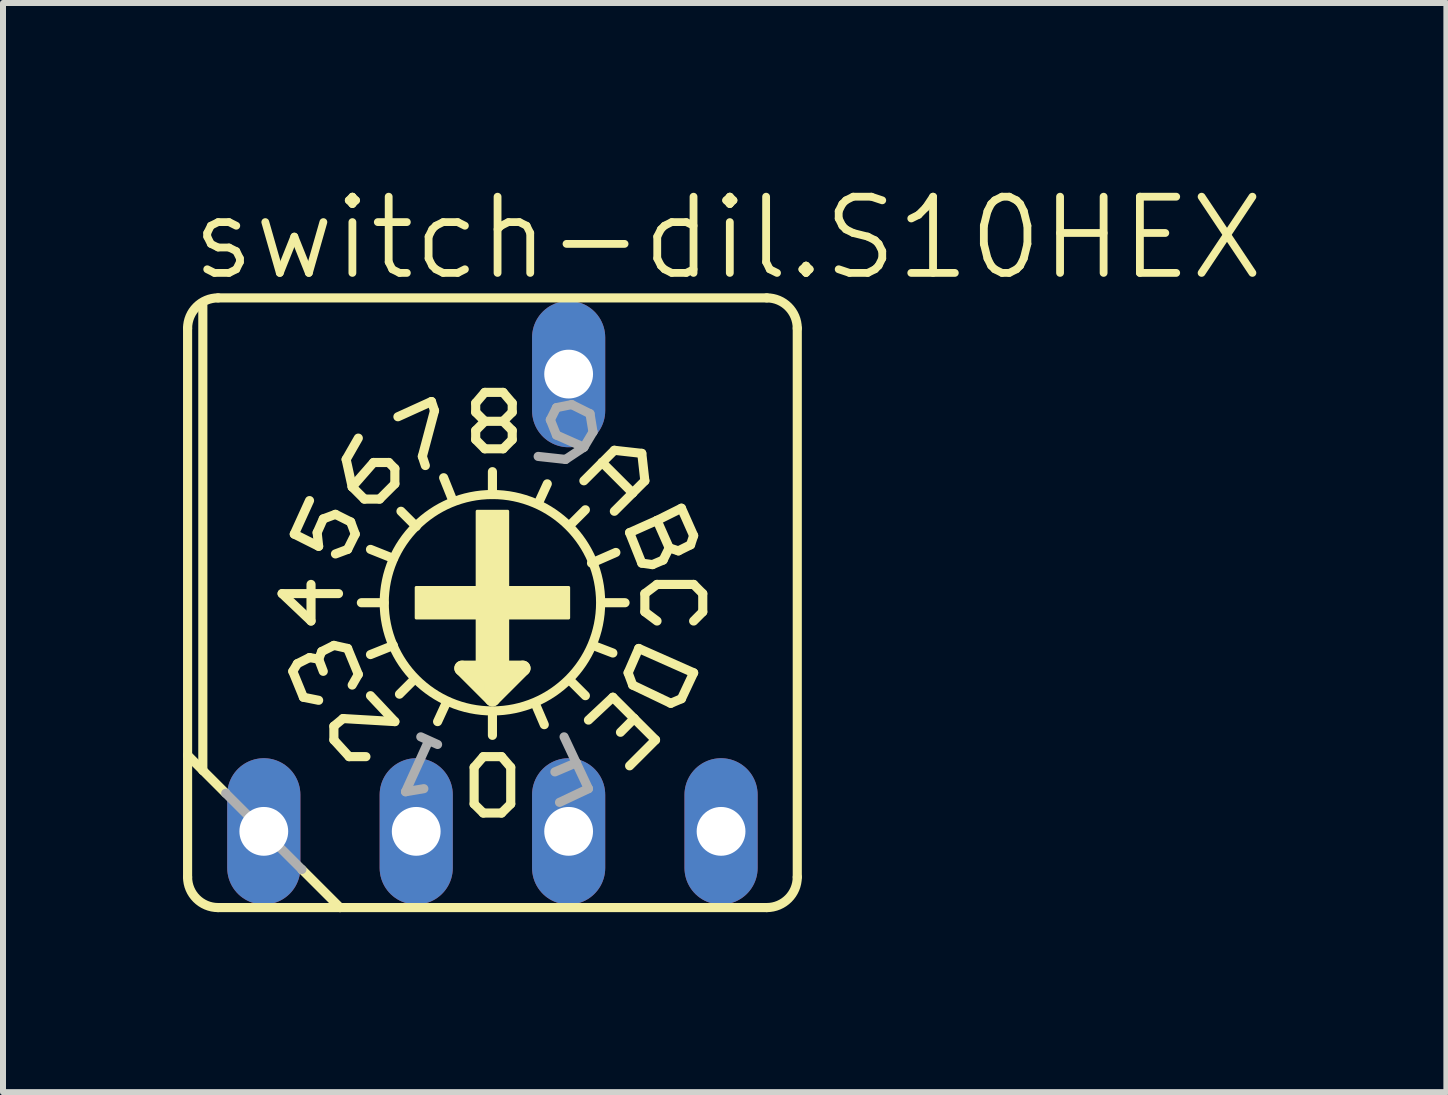
<source format=kicad_pcb>
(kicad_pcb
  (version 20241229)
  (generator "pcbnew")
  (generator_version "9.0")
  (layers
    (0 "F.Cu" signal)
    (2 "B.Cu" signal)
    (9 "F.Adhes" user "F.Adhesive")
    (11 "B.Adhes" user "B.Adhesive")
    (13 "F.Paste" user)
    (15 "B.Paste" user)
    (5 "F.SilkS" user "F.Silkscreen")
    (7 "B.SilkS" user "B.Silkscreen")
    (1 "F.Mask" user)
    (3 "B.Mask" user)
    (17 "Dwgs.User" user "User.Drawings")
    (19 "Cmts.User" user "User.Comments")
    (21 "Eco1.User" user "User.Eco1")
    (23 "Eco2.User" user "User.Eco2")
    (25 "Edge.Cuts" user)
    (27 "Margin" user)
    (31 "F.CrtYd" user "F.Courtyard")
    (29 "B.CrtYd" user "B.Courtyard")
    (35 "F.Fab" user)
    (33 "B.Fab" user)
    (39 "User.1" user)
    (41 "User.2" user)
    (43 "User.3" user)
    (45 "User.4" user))
  (footprint "switch-dil.S10HEX"
    (layer "F.Cu")
    (at 5.156 6.994)
    (property "Reference" "switch-dil.S10HEX" (at -5.08 -5.334 0) (layer "F.SilkS") (effects (font (size 1.27 1.27) (thickness 0.13)) (justify left bottom)))
    (attr through_hole)
    (fp_line (start -5.08 2.54) (end -5.08 -4.572) (stroke (width 0.152) (type default)) (layer "F.SilkS"))
    (fp_line (start -5.08 4.572) (end -5.08 2.54) (stroke (width 0.152) (type default)) (layer "F.SilkS"))
    (fp_line (start -4.826 2.794) (end -5.08 2.54) (stroke (width 0.152) (type default)) (layer "F.SilkS"))
    (fp_line (start -4.826 2.794) (end -4.826 -4.953) (stroke (width 0.152) (type default)) (layer "F.SilkS"))
    (fp_line (start -4.572 -5.08) (end 4.572 -5.08) (stroke (width 0.152) (type default)) (layer "F.SilkS"))
    (fp_line (start -4.572 5.08) (end -2.54 5.08) (stroke (width 0.152) (type default)) (layer "F.SilkS"))
    (fp_line (start -4.445 3.175) (end -4.826 2.794) (stroke (width 0.152) (type default)) (layer "F.SilkS"))
    (fp_line (start -3.505 -0.152) (end -3.023 0.305) (stroke (width 0.152) (type default)) (layer "F.SilkS"))
    (fp_line (start -3.327 1.143) (end -3.15 1.575) (stroke (width 0.152) (type default)) (layer "F.SilkS"))
    (fp_line (start -3.302 -1.143) (end -3.048 -1.702) (stroke (width 0.152) (type default)) (layer "F.SilkS"))
    (fp_line (start -3.302 -1.143) (end -2.896 -0.94) (stroke (width 0.152) (type default)) (layer "F.SilkS"))
    (fp_line (start -3.251 1.016) (end -3.327 1.143) (stroke (width 0.152) (type default)) (layer "F.SilkS"))
    (fp_line (start -3.175 4.445) (end -2.54 5.08) (stroke (width 0.152) (type default)) (layer "F.SilkS"))
    (fp_line (start -3.048 0.914) (end -3.251 1.016) (stroke (width 0.152) (type default)) (layer "F.SilkS"))
    (fp_line (start -3.023 0.305) (end -3.023 -0.305) (stroke (width 0.152) (type default)) (layer "F.SilkS"))
    (fp_line (start -2.921 -1.168) (end -2.819 -1.397) (stroke (width 0.152) (type default)) (layer "F.SilkS"))
    (fp_line (start -2.896 -0.94) (end -2.921 -1.168) (stroke (width 0.152) (type default)) (layer "F.SilkS"))
    (fp_line (start -2.896 0.94) (end -3.048 0.914) (stroke (width 0.152) (type default)) (layer "F.SilkS"))
    (fp_line (start -2.896 0.94) (end -2.819 1.143) (stroke (width 0.152) (type default)) (layer "F.SilkS"))
    (fp_line (start -2.896 1.626) (end -3.15 1.575) (stroke (width 0.152) (type default)) (layer "F.SilkS"))
    (fp_line (start -2.845 0.813) (end -2.896 0.94) (stroke (width 0.152) (type default)) (layer "F.SilkS"))
    (fp_line (start -2.819 -1.397) (end -2.616 -1.473) (stroke (width 0.152) (type default)) (layer "F.SilkS"))
    (fp_line (start -2.642 0.711) (end -2.845 0.813) (stroke (width 0.152) (type default)) (layer "F.SilkS"))
    (fp_line (start -2.642 2.057) (end -2.489 1.93) (stroke (width 0.152) (type default)) (layer "F.SilkS"))
    (fp_line (start -2.642 2.286) (end -2.642 2.057) (stroke (width 0.152) (type default)) (layer "F.SilkS"))
    (fp_line (start -2.642 2.286) (end -2.388 2.565) (stroke (width 0.152) (type default)) (layer "F.SilkS"))
    (fp_line (start -2.616 -1.473) (end -2.362 -1.346) (stroke (width 0.152) (type default)) (layer "F.SilkS"))
    (fp_line (start -2.565 -0.152) (end -3.505 -0.152) (stroke (width 0.152) (type default)) (layer "F.SilkS"))
    (fp_line (start -2.54 5.08) (end 4.572 5.08) (stroke (width 0.152) (type default)) (layer "F.SilkS"))
    (fp_line (start -2.489 1.93) (end -1.626 1.981) (stroke (width 0.152) (type default)) (layer "F.SilkS"))
    (fp_line (start -2.438 -2.388) (end -2.235 -2.743) (stroke (width 0.152) (type default)) (layer "F.SilkS"))
    (fp_line (start -2.413 -0.889) (end -2.616 -0.813) (stroke (width 0.152) (type default)) (layer "F.SilkS"))
    (fp_line (start -2.413 0.762) (end -2.642 0.711) (stroke (width 0.152) (type default)) (layer "F.SilkS"))
    (fp_line (start -2.413 0.762) (end -2.235 1.194) (stroke (width 0.152) (type default)) (layer "F.SilkS"))
    (fp_line (start -2.388 2.565) (end -2.108 2.565) (stroke (width 0.152) (type default)) (layer "F.SilkS"))
    (fp_line (start -2.362 -1.346) (end -2.286 -1.143) (stroke (width 0.152) (type default)) (layer "F.SilkS"))
    (fp_line (start -2.337 -1.93) (end -2.438 -2.388) (stroke (width 0.152) (type default)) (layer "F.SilkS"))
    (fp_line (start -2.337 1.372) (end -2.235 1.194) (stroke (width 0.152) (type default)) (layer "F.SilkS"))
    (fp_line (start -2.286 -1.143) (end -2.413 -0.889) (stroke (width 0.152) (type default)) (layer "F.SilkS"))
    (fp_line (start -2.184 0) (end -1.803 0) (stroke (width 0.152) (type default)) (layer "F.SilkS"))
    (fp_line (start -2.134 -1.727) (end -2.337 -1.93) (stroke (width 0.152) (type default)) (layer "F.SilkS"))
    (fp_line (start -2.032 1.549) (end -1.626 1.981) (stroke (width 0.152) (type default)) (layer "F.SilkS"))
    (fp_line (start -1.981 -2.337) (end -2.337 -1.93) (stroke (width 0.152) (type default)) (layer "F.SilkS"))
    (fp_line (start -1.88 -1.727) (end -2.134 -1.727) (stroke (width 0.152) (type default)) (layer "F.SilkS"))
    (fp_line (start -1.88 -1.727) (end -1.626 -1.981) (stroke (width 0.152) (type default)) (layer "F.SilkS"))
    (fp_line (start -1.727 -2.337) (end -1.981 -2.337) (stroke (width 0.152) (type default)) (layer "F.SilkS"))
    (fp_line (start -1.651 -0.737) (end -2.032 -0.889) (stroke (width 0.152) (type default)) (layer "F.SilkS"))
    (fp_line (start -1.651 0.711) (end -2.032 0.864) (stroke (width 0.152) (type default)) (layer "F.SilkS"))
    (fp_line (start -1.626 -2.235) (end -1.727 -2.337) (stroke (width 0.152) (type default)) (layer "F.SilkS"))
    (fp_line (start -1.626 -1.981) (end -1.626 -2.235) (stroke (width 0.152) (type default)) (layer "F.SilkS"))
    (fp_line (start -1.575 -3.099) (end -1.016 -3.353) (stroke (width 0.152) (type default)) (layer "F.SilkS"))
    (fp_line (start -1.295 1.27) (end -1.549 1.524) (stroke (width 0.152) (type default)) (layer "F.SilkS"))
    (fp_line (start -1.27 -1.27) (end -1.524 -1.524) (stroke (width 0.152) (type default)) (layer "F.SilkS"))
    (fp_line (start -1.168 -2.438) (end -1.118 -2.286) (stroke (width 0.152) (type default)) (layer "F.SilkS"))
    (fp_line (start -1.016 -3.353) (end -0.965 -3.2) (stroke (width 0.152) (type default)) (layer "F.SilkS"))
    (fp_line (start -0.965 -3.2) (end -1.168 -2.438) (stroke (width 0.152) (type default)) (layer "F.SilkS"))
    (fp_line (start -0.762 1.651) (end -0.914 1.981) (stroke (width 0.152) (type default)) (layer "F.SilkS"))
    (fp_line (start -0.66 -1.702) (end -0.813 -2.083) (stroke (width 0.152) (type default)) (layer "F.SilkS"))
    (fp_line (start -0.508 1.092) (end 0 1.6) (stroke (width 0.254) (type default)) (layer "F.SilkS"))
    (fp_line (start -0.305 2.743) (end -0.305 3.353) (stroke (width 0.152) (type default)) (layer "F.SilkS"))
    (fp_line (start -0.305 3.353) (end -0.152 3.505) (stroke (width 0.152) (type default)) (layer "F.SilkS"))
    (fp_line (start -0.279 -3.327) (end -0.279 -3.175) (stroke (width 0.152) (type default)) (layer "F.SilkS"))
    (fp_line (start -0.279 -3.175) (end -0.127 -3.023) (stroke (width 0.152) (type default)) (layer "F.SilkS"))
    (fp_line (start -0.279 -2.87) (end -0.279 -2.718) (stroke (width 0.152) (type default)) (layer "F.SilkS"))
    (fp_line (start -0.279 -2.718) (end -0.127 -2.565) (stroke (width 0.152) (type default)) (layer "F.SilkS"))
    (fp_line (start -0.254 1.219) (end 0.254 1.219) (stroke (width 0.254) (type default)) (layer "F.SilkS"))
    (fp_line (start -0.152 2.565) (end -0.305 2.743) (stroke (width 0.152) (type default)) (layer "F.SilkS"))
    (fp_line (start -0.152 3.505) (end 0.152 3.505) (stroke (width 0.152) (type default)) (layer "F.SilkS"))
    (fp_line (start -0.127 -3.505) (end -0.279 -3.327) (stroke (width 0.152) (type default)) (layer "F.SilkS"))
    (fp_line (start -0.127 -3.023) (end -0.279 -2.87) (stroke (width 0.152) (type default)) (layer "F.SilkS"))
    (fp_line (start -0.127 -3.023) (end 0.178 -3.023) (stroke (width 0.152) (type default)) (layer "F.SilkS"))
    (fp_line (start -0.127 -2.565) (end 0.178 -2.565) (stroke (width 0.152) (type default)) (layer "F.SilkS"))
    (fp_line (start 0 -1.803) (end 0 -2.184) (stroke (width 0.152) (type default)) (layer "F.SilkS"))
    (fp_line (start 0 1.473) (end 0 1.346) (stroke (width 0.254) (type default)) (layer "F.SilkS"))
    (fp_line (start 0 1.6) (end 0.508 1.092) (stroke (width 0.254) (type default)) (layer "F.SilkS"))
    (fp_line (start 0 1.829) (end 0 2.21) (stroke (width 0.152) (type default)) (layer "F.SilkS"))
    (fp_line (start 0.152 2.565) (end -0.152 2.565) (stroke (width 0.152) (type default)) (layer "F.SilkS"))
    (fp_line (start 0.152 3.505) (end 0.305 3.353) (stroke (width 0.152) (type default)) (layer "F.SilkS"))
    (fp_line (start 0.178 -3.505) (end -0.127 -3.505) (stroke (width 0.152) (type default)) (layer "F.SilkS"))
    (fp_line (start 0.178 -3.023) (end 0.33 -3.175) (stroke (width 0.152) (type default)) (layer "F.SilkS"))
    (fp_line (start 0.178 -2.565) (end 0.33 -2.718) (stroke (width 0.152) (type default)) (layer "F.SilkS"))
    (fp_line (start 0.305 2.743) (end 0.152 2.565) (stroke (width 0.152) (type default)) (layer "F.SilkS"))
    (fp_line (start 0.305 3.353) (end 0.305 2.743) (stroke (width 0.152) (type default)) (layer "F.SilkS"))
    (fp_line (start 0.33 -3.327) (end 0.178 -3.505) (stroke (width 0.152) (type default)) (layer "F.SilkS"))
    (fp_line (start 0.33 -3.175) (end 0.33 -3.327) (stroke (width 0.152) (type default)) (layer "F.SilkS"))
    (fp_line (start 0.33 -2.87) (end 0.178 -3.023) (stroke (width 0.152) (type default)) (layer "F.SilkS"))
    (fp_line (start 0.33 -2.718) (end 0.33 -2.87) (stroke (width 0.152) (type default)) (layer "F.SilkS"))
    (fp_line (start 0.508 1.092) (end -0.508 1.092) (stroke (width 0.254) (type default)) (layer "F.SilkS"))
    (fp_line (start 0.711 1.676) (end 0.864 2.032) (stroke (width 0.152) (type default)) (layer "F.SilkS"))
    (fp_line (start 0.762 -1.651) (end 0.914 -1.981) (stroke (width 0.152) (type default)) (layer "F.SilkS"))
    (fp_line (start 1.295 -1.295) (end 1.549 -1.549) (stroke (width 0.152) (type default)) (layer "F.SilkS"))
    (fp_line (start 1.295 1.295) (end 1.549 1.549) (stroke (width 0.152) (type default)) (layer "F.SilkS"))
    (fp_line (start 1.524 -2.032) (end 1.829 -2.337) (stroke (width 0.152) (type default)) (layer "F.SilkS"))
    (fp_line (start 1.651 -0.66) (end 2.057 -0.838) (stroke (width 0.152) (type default)) (layer "F.SilkS"))
    (fp_line (start 1.676 0.711) (end 2.007 0.838) (stroke (width 0.152) (type default)) (layer "F.SilkS"))
    (fp_line (start 1.829 -2.337) (end 2.032 -2.54) (stroke (width 0.152) (type default)) (layer "F.SilkS"))
    (fp_line (start 1.829 -2.337) (end 2.337 -1.829) (stroke (width 0.152) (type default)) (layer "F.SilkS"))
    (fp_line (start 1.829 0) (end 2.21 0) (stroke (width 0.152) (type default)) (layer "F.SilkS"))
    (fp_line (start 2.007 1.575) (end 1.6 1.956) (stroke (width 0.152) (type default)) (layer "F.SilkS"))
    (fp_line (start 2.007 1.575) (end 2.362 1.93) (stroke (width 0.152) (type default)) (layer "F.SilkS"))
    (fp_line (start 2.032 -2.54) (end 2.489 -2.489) (stroke (width 0.152) (type default)) (layer "F.SilkS"))
    (fp_line (start 2.261 1.168) (end 2.337 1.372) (stroke (width 0.152) (type default)) (layer "F.SilkS"))
    (fp_line (start 2.286 -1.168) (end 2.743 -1.372) (stroke (width 0.152) (type default)) (layer "F.SilkS"))
    (fp_line (start 2.337 -1.829) (end 2.032 -1.524) (stroke (width 0.152) (type default)) (layer "F.SilkS"))
    (fp_line (start 2.337 1.372) (end 2.972 1.676) (stroke (width 0.152) (type default)) (layer "F.SilkS"))
    (fp_line (start 2.362 1.93) (end 2.134 2.159) (stroke (width 0.152) (type default)) (layer "F.SilkS"))
    (fp_line (start 2.362 1.93) (end 2.718 2.286) (stroke (width 0.152) (type default)) (layer "F.SilkS"))
    (fp_line (start 2.438 0.762) (end 2.261 1.168) (stroke (width 0.152) (type default)) (layer "F.SilkS"))
    (fp_line (start 2.489 -2.489) (end 2.54 -2.032) (stroke (width 0.152) (type default)) (layer "F.SilkS"))
    (fp_line (start 2.489 -0.66) (end 2.286 -1.168) (stroke (width 0.152) (type default)) (layer "F.SilkS"))
    (fp_line (start 2.54 -2.032) (end 2.337 -1.829) (stroke (width 0.152) (type default)) (layer "F.SilkS"))
    (fp_line (start 2.54 -0.152) (end 2.54 0.152) (stroke (width 0.152) (type default)) (layer "F.SilkS"))
    (fp_line (start 2.54 0.152) (end 2.743 0.305) (stroke (width 0.152) (type default)) (layer "F.SilkS"))
    (fp_line (start 2.667 -0.635) (end 2.489 -0.66) (stroke (width 0.152) (type default)) (layer "F.SilkS"))
    (fp_line (start 2.718 2.286) (end 2.286 2.718) (stroke (width 0.152) (type default)) (layer "F.SilkS"))
    (fp_line (start 2.743 -1.372) (end 3.15 -1.575) (stroke (width 0.152) (type default)) (layer "F.SilkS"))
    (fp_line (start 2.743 -0.305) (end 2.54 -0.152) (stroke (width 0.152) (type default)) (layer "F.SilkS"))
    (fp_line (start 2.743 -0.305) (end 3.353 -0.305) (stroke (width 0.152) (type default)) (layer "F.SilkS"))
    (fp_line (start 2.845 -0.711) (end 2.667 -0.635) (stroke (width 0.152) (type default)) (layer "F.SilkS"))
    (fp_line (start 2.946 -0.914) (end 2.743 -1.372) (stroke (width 0.152) (type default)) (layer "F.SilkS"))
    (fp_line (start 2.946 -0.914) (end 2.845 -0.711) (stroke (width 0.152) (type default)) (layer "F.SilkS"))
    (fp_line (start 2.972 1.676) (end 3.15 1.6) (stroke (width 0.152) (type default)) (layer "F.SilkS"))
    (fp_line (start 3.099 -0.864) (end 2.946 -0.914) (stroke (width 0.152) (type default)) (layer "F.SilkS"))
    (fp_line (start 3.15 -1.575) (end 3.353 -1.118) (stroke (width 0.152) (type default)) (layer "F.SilkS"))
    (fp_line (start 3.15 1.6) (end 3.353 1.168) (stroke (width 0.152) (type default)) (layer "F.SilkS"))
    (fp_line (start 3.302 -0.965) (end 3.099 -0.864) (stroke (width 0.152) (type default)) (layer "F.SilkS"))
    (fp_line (start 3.353 -1.118) (end 3.302 -0.965) (stroke (width 0.152) (type default)) (layer "F.SilkS"))
    (fp_line (start 3.353 -0.305) (end 3.505 -0.152) (stroke (width 0.152) (type default)) (layer "F.SilkS"))
    (fp_line (start 3.353 1.168) (end 2.438 0.762) (stroke (width 0.152) (type default)) (layer "F.SilkS"))
    (fp_line (start 3.505 -0.152) (end 3.505 0.152) (stroke (width 0.152) (type default)) (layer "F.SilkS"))
    (fp_line (start 3.505 0.152) (end 3.353 0.305) (stroke (width 0.152) (type default)) (layer "F.SilkS"))
    (fp_line (start 5.08 4.572) (end 5.08 -4.572) (stroke (width 0.152) (type default)) (layer "F.SilkS"))
    (fp_rect (start -1.27 0.254) (end 1.27 -0.254) (stroke (width 0.05) (type default)) (fill yes) (layer "F.SilkS"))
    (fp_rect (start -0.254 1.016) (end 0.254 -1.524) (stroke (width 0.05) (type default)) (fill yes) (layer "F.SilkS"))
    (fp_arc (start -5.08 -4.572) (mid -4.93121 -4.93121) (end -4.572 -5.08) (stroke (width 0.1524) (type default)) (layer "F.SilkS"))
    (fp_arc (start -4.572 5.08) (mid -4.93121 4.93121) (end -5.08 4.572) (stroke (width 0.1524) (type default)) (layer "F.SilkS"))
    (fp_arc (start 4.572 -5.08) (mid 4.93121 -4.93121) (end 5.08 -4.572) (stroke (width 0.1524) (type default)) (layer "F.SilkS"))
    (fp_arc (start 5.08 4.572) (mid 4.93121 4.93121) (end 4.572 5.08) (stroke (width 0.1524) (type default)) (layer "F.SilkS"))
    (fp_circle (center 0 0) (end 1.803 0) (stroke (width 0.152) (type default)) (fill no) (layer "F.SilkS"))
    (fp_line (start -3.175 4.445) (end -4.445 3.175) (stroke (width 0.152) (type default)) (layer "F.Fab"))
    (fp_line (start -1.448 3.15) (end -1.143 3.099) (stroke (width 0.152) (type default)) (layer "F.Fab"))
    (fp_line (start -1.194 2.235) (end -0.914 2.362) (stroke (width 0.152) (type default)) (layer "F.Fab"))
    (fp_line (start -1.067 2.311) (end -1.448 3.15) (stroke (width 0.152) (type default)) (layer "F.Fab"))
    (fp_line (start 0.965 -3.048) (end 1.067 -2.794) (stroke (width 0.152) (type default)) (layer "F.Fab"))
    (fp_line (start 1.067 -3.251) (end 0.965 -3.048) (stroke (width 0.152) (type default)) (layer "F.Fab"))
    (fp_line (start 1.067 -2.794) (end 1.524 -2.591) (stroke (width 0.152) (type default)) (layer "F.Fab"))
    (fp_line (start 1.118 3.327) (end 1.6 3.099) (stroke (width 0.152) (type default)) (layer "F.Fab"))
    (fp_line (start 1.219 -2.388) (end 0.762 -2.438) (stroke (width 0.152) (type default)) (layer "F.Fab"))
    (fp_line (start 1.321 -3.302) (end 1.067 -3.251) (stroke (width 0.152) (type default)) (layer "F.Fab"))
    (fp_line (start 1.397 2.667) (end 1.041 2.819) (stroke (width 0.152) (type default)) (layer "F.Fab"))
    (fp_line (start 1.397 2.667) (end 1.194 2.235) (stroke (width 0.152) (type default)) (layer "F.Fab"))
    (fp_line (start 1.524 -2.591) (end 1.219 -2.388) (stroke (width 0.152) (type default)) (layer "F.Fab"))
    (fp_line (start 1.6 3.099) (end 1.397 2.667) (stroke (width 0.152) (type default)) (layer "F.Fab"))
    (fp_line (start 1.626 -3.15) (end 1.321 -3.302) (stroke (width 0.152) (type default)) (layer "F.Fab"))
    (fp_line (start 1.626 -3.15) (end 1.676 -2.845) (stroke (width 0.152) (type default)) (layer "F.Fab"))
    (fp_line (start 1.676 -2.845) (end 1.524 -2.591) (stroke (width 0.152) (type default)) (layer "F.Fab"))
    (pad "1" thru_hole oval (at 3.81 3.81 90) (size 2.438 1.219) (drill 0.813) (layers "*.Cu" "*.Mask"))
    (pad "2" thru_hole oval (at 1.27 3.81 90) (size 2.438 1.219) (drill 0.813) (layers "*.Cu" "*.Mask"))
    (pad "4" thru_hole oval (at -1.27 3.81 90) (size 2.438 1.219) (drill 0.813) (layers "*.Cu" "*.Mask"))
    (pad "8" thru_hole oval (at -3.81 3.81 90) (size 2.438 1.219) (drill 0.813) (layers "*.Cu" "*.Mask"))
    (pad "C" thru_hole oval (at 1.27 -3.81 90) (size 2.438 1.219) (drill 0.813) (layers "*.Cu" "*.Mask")))
  (gr_rect
    (start -3 -3)
    (end 21.053 15.15)
    (stroke (width 0.1) (type default))
    (fill no)
    (layer "Edge.Cuts")))
</source>
